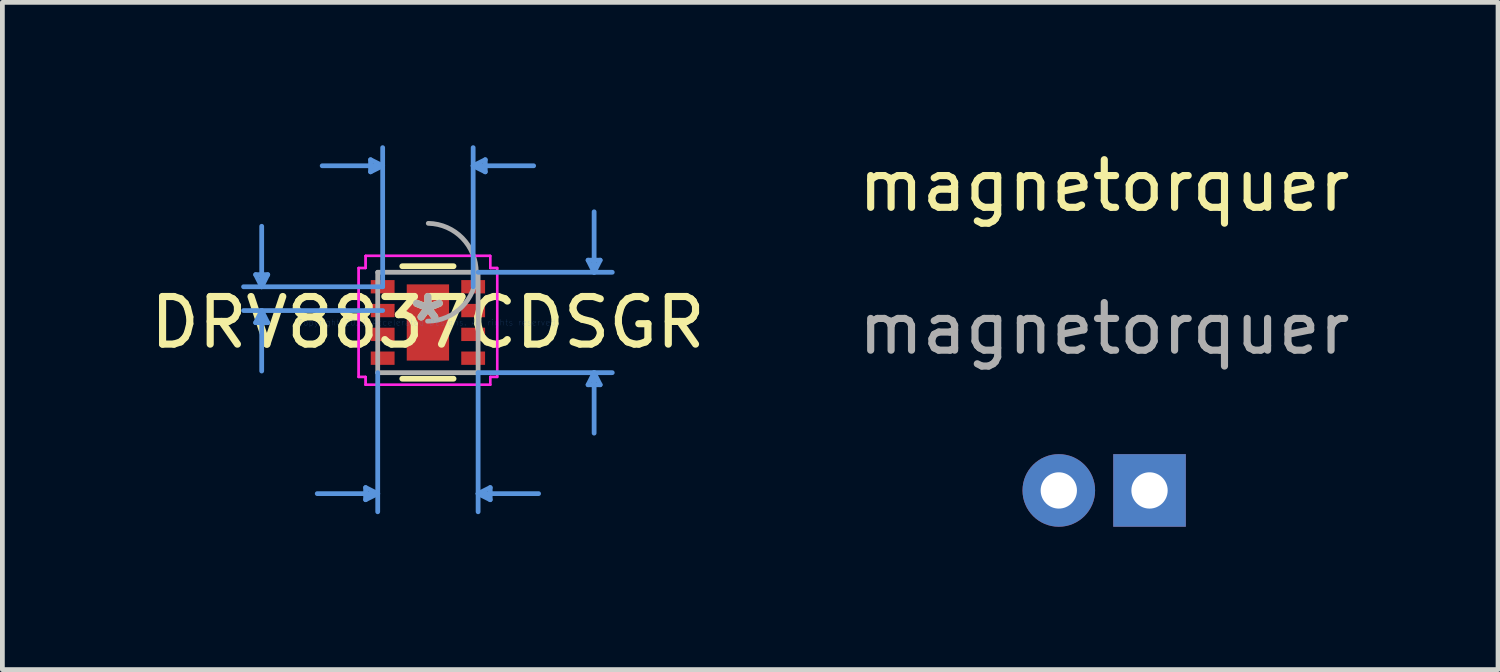
<source format=kicad_pcb>
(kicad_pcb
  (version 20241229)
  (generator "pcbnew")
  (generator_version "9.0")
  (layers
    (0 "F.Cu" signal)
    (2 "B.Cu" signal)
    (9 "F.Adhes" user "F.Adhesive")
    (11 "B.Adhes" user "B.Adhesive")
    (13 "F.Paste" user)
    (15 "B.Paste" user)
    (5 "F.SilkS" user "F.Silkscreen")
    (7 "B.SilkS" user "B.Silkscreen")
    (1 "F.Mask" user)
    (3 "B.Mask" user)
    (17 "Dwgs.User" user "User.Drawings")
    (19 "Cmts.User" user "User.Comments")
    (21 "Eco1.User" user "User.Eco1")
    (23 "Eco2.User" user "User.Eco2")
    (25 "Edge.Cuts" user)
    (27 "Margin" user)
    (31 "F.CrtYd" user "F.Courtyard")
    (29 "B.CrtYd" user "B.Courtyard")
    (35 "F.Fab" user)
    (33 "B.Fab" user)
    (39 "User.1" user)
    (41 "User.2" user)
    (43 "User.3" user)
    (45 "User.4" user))
  (footprint "magnetorquer"
    (layer "F.Cu")
    (at 20.137 1.348)
    (property "Reference" "magnetorquer" (at 0 -0.5 0) (unlocked yes) (layer "F.SilkS") (effects (font (size 1 1) (thickness 0.15))))
    (attr through_hole)
    (fp_text user "${REFERENCE}" (at 0 2.5 0) (unlocked yes) (layer "F.Fab") (effects (font (size 1 1) (thickness 0.15))))
    (pad "1" thru_hole circle (at -0.955 5.9) (size 1.524 1.524) (drill 0.762) (layers "*.Cu" "*.Mask"))
    (pad "2" thru_hole rect (at 0.95 5.9) (size 1.524 1.524) (drill 0.762) (layers "*.Cu" "*.Mask")))
  (footprint "DRV8837CDSGR"
    (layer "F.Cu")
    (at 5.935 3.721)
    (property "Reference" "DRV8837CDSGR" (at 0 0 0) (layer "F.SilkS") (effects (font (size 1 1) (thickness 0.15))))
    (attr through_hole)
    (fp_poly (pts (xy -0.508 -0.864) (xy -0.2 -0.864) (xy -0.2 0.864) (xy -0.508 0.864)) (stroke (width 0.1) (type solid)) (fill yes) (layer "F.Mask"))
    (fp_poly (pts (xy -0.508 -0.864) (xy 0.508 -0.864) (xy 0.508 -0.594) (xy -0.508 -0.594)) (stroke (width 0.1) (type solid)) (fill yes) (layer "F.Mask"))
    (fp_poly (pts (xy -0.508 -0.194) (xy 0.508 -0.194) (xy 0.508 0.194) (xy -0.508 0.194)) (stroke (width 0.1) (type solid)) (fill yes) (layer "F.Mask"))
    (fp_poly (pts (xy -0.508 0.594) (xy 0.508 0.594) (xy 0.508 0.864) (xy -0.508 0.864)) (stroke (width 0.1) (type solid)) (fill yes) (layer "F.Mask"))
    (fp_poly (pts (xy 0.2 -0.864) (xy 0.508 -0.864) (xy 0.508 0.864) (xy 0.2 0.864)) (stroke (width 0.1) (type solid)) (fill yes) (layer "F.Mask"))
    (fp_line (start -0.539 1.181) (end 0.539 1.181) (stroke (width 0.12) (type solid)) (layer "F.SilkS"))
    (fp_line (start 0.539 -1.181) (end -0.539 -1.181) (stroke (width 0.12) (type solid)) (layer "F.SilkS"))
    (fp_poly (pts (xy -0.37 -0.725) (xy -0.37 -0.494) (xy -0.241 -0.494) (xy -0.1 -0.635) (xy -0.1 -0.725)) (stroke (width 0.1) (type solid)) (fill yes) (layer "F.Paste"))
    (fp_poly (pts (xy -0.37 0.494) (xy -0.37 0.725) (xy -0.1 0.725) (xy -0.1 0.635) (xy -0.241 0.494)) (stroke (width 0.1) (type solid)) (fill yes) (layer "F.Paste"))
    (fp_poly (pts (xy 0.1 -0.725) (xy 0.1 -0.635) (xy 0.241 -0.494) (xy 0.37 -0.494) (xy 0.37 -0.725)) (stroke (width 0.1) (type solid)) (fill yes) (layer "F.Paste"))
    (fp_poly (pts (xy 0.241 0.494) (xy 0.1 0.635) (xy 0.1 0.725) (xy 0.37 0.725) (xy 0.37 0.494)) (stroke (width 0.1) (type solid)) (fill yes) (layer "F.Paste"))
    (fp_poly (pts (xy -0.37 -0.294) (xy -0.37 0.294) (xy -0.241 0.294) (xy -0.1 0.152) (xy -0.1 -0.152) (xy -0.241 -0.294)) (stroke (width 0.1) (type solid)) (fill yes) (layer "F.Paste"))
    (fp_poly (pts (xy 0.241 -0.294) (xy 0.1 -0.152) (xy 0.1 0.152) (xy 0.241 0.294) (xy 0.37 0.294) (xy 0.37 -0.294)) (stroke (width 0.1) (type solid)) (fill yes) (layer "F.Paste"))
    (fp_line (start -3.617 -1.004) (end -3.363 -1.004) (stroke (width 0.1) (type solid)) (layer "Cmts.User"))
    (fp_line (start -3.617 0.004) (end -3.363 0.004) (stroke (width 0.1) (type solid)) (layer "Cmts.User"))
    (fp_line (start -3.49 -0.75) (end -3.617 -1.004) (stroke (width 0.1) (type solid)) (layer "Cmts.User"))
    (fp_line (start -3.49 -0.75) (end -3.49 -2.02) (stroke (width 0.1) (type solid)) (layer "Cmts.User"))
    (fp_line (start -3.49 -0.75) (end -3.363 -1.004) (stroke (width 0.1) (type solid)) (layer "Cmts.User"))
    (fp_line (start -3.49 -0.25) (end -3.617 0.004) (stroke (width 0.1) (type solid)) (layer "Cmts.User"))
    (fp_line (start -3.49 -0.25) (end -3.49 1.02) (stroke (width 0.1) (type solid)) (layer "Cmts.User"))
    (fp_line (start -3.49 -0.25) (end -3.363 0.004) (stroke (width 0.1) (type solid)) (layer "Cmts.User"))
    (fp_line (start -1.308 3.467) (end -1.308 3.721) (stroke (width 0.1) (type solid)) (layer "Cmts.User"))
    (fp_line (start -1.204 -3.417) (end -1.204 -3.163) (stroke (width 0.1) (type solid)) (layer "Cmts.User"))
    (fp_line (start -1.054 1.054) (end -1.054 3.975) (stroke (width 0.1) (type solid)) (layer "Cmts.User"))
    (fp_line (start -1.054 3.594) (end -2.324 3.594) (stroke (width 0.1) (type solid)) (layer "Cmts.User"))
    (fp_line (start -1.054 3.594) (end -1.308 3.467) (stroke (width 0.1) (type solid)) (layer "Cmts.User"))
    (fp_line (start -1.054 3.594) (end -1.308 3.721) (stroke (width 0.1) (type solid)) (layer "Cmts.User"))
    (fp_line (start -0.95 -3.29) (end -2.22 -3.29) (stroke (width 0.1) (type solid)) (layer "Cmts.User"))
    (fp_line (start -0.95 -3.29) (end -1.204 -3.417) (stroke (width 0.1) (type solid)) (layer "Cmts.User"))
    (fp_line (start -0.95 -3.29) (end -1.204 -3.163) (stroke (width 0.1) (type solid)) (layer "Cmts.User"))
    (fp_line (start -0.95 -0.75) (end -3.871 -0.75) (stroke (width 0.1) (type solid)) (layer "Cmts.User"))
    (fp_line (start -0.95 -0.75) (end -0.95 -3.671) (stroke (width 0.1) (type solid)) (layer "Cmts.User"))
    (fp_line (start -0.95 -0.25) (end -3.871 -0.25) (stroke (width 0.1) (type solid)) (layer "Cmts.User"))
    (fp_line (start 0.95 -3.29) (end 1.204 -3.417) (stroke (width 0.1) (type solid)) (layer "Cmts.User"))
    (fp_line (start 0.95 -3.29) (end 1.204 -3.163) (stroke (width 0.1) (type solid)) (layer "Cmts.User"))
    (fp_line (start 0.95 -3.29) (end 2.22 -3.29) (stroke (width 0.1) (type solid)) (layer "Cmts.User"))
    (fp_line (start 0.95 -0.75) (end 0.95 -3.671) (stroke (width 0.1) (type solid)) (layer "Cmts.User"))
    (fp_line (start 1.054 -1.054) (end 3.871 -1.054) (stroke (width 0.1) (type solid)) (layer "Cmts.User"))
    (fp_line (start 1.054 1.054) (end 1.054 3.975) (stroke (width 0.1) (type solid)) (layer "Cmts.User"))
    (fp_line (start 1.054 1.054) (end 3.871 1.054) (stroke (width 0.1) (type solid)) (layer "Cmts.User"))
    (fp_line (start 1.054 3.594) (end 1.308 3.467) (stroke (width 0.1) (type solid)) (layer "Cmts.User"))
    (fp_line (start 1.054 3.594) (end 1.308 3.721) (stroke (width 0.1) (type solid)) (layer "Cmts.User"))
    (fp_line (start 1.054 3.594) (end 2.324 3.594) (stroke (width 0.1) (type solid)) (layer "Cmts.User"))
    (fp_line (start 1.204 -3.417) (end 1.204 -3.163) (stroke (width 0.1) (type solid)) (layer "Cmts.User"))
    (fp_line (start 1.308 3.467) (end 1.308 3.721) (stroke (width 0.1) (type solid)) (layer "Cmts.User"))
    (fp_line (start 3.363 -1.308) (end 3.617 -1.308) (stroke (width 0.1) (type solid)) (layer "Cmts.User"))
    (fp_line (start 3.363 1.308) (end 3.617 1.308) (stroke (width 0.1) (type solid)) (layer "Cmts.User"))
    (fp_line (start 3.49 -1.054) (end 3.363 -1.308) (stroke (width 0.1) (type solid)) (layer "Cmts.User"))
    (fp_line (start 3.49 -1.054) (end 3.49 -2.324) (stroke (width 0.1) (type solid)) (layer "Cmts.User"))
    (fp_line (start 3.49 -1.054) (end 3.617 -1.308) (stroke (width 0.1) (type solid)) (layer "Cmts.User"))
    (fp_line (start 3.49 1.054) (end 3.363 1.308) (stroke (width 0.1) (type solid)) (layer "Cmts.User"))
    (fp_line (start 3.49 1.054) (end 3.49 2.324) (stroke (width 0.1) (type solid)) (layer "Cmts.User"))
    (fp_line (start 3.49 1.054) (end 3.617 1.308) (stroke (width 0.1) (type solid)) (layer "Cmts.User"))
    (fp_circle (center 0 -0.394) (end 0.191 -0.394) (stroke (width 0.152) (type solid)) (fill no) (layer "Eco1.User"))
    (fp_circle (center 0 0.394) (end 0.191 0.394) (stroke (width 0.152) (type solid)) (fill no) (layer "Eco1.User"))
    (fp_line (start -1.454 -1.144) (end -1.308 -1.144) (stroke (width 0.05) (type solid)) (layer "F.CrtYd"))
    (fp_line (start -1.454 -1.144) (end -1.308 -1.144) (stroke (width 0.05) (type solid)) (layer "F.CrtYd"))
    (fp_line (start -1.454 1.144) (end -1.454 -1.144) (stroke (width 0.05) (type solid)) (layer "F.CrtYd"))
    (fp_line (start -1.454 1.144) (end -1.454 -1.144) (stroke (width 0.05) (type solid)) (layer "F.CrtYd"))
    (fp_line (start -1.454 1.144) (end -1.308 1.144) (stroke (width 0.05) (type solid)) (layer "F.CrtYd"))
    (fp_line (start -1.308 -1.398) (end 1.308 -1.398) (stroke (width 0.05) (type solid)) (layer "F.CrtYd"))
    (fp_line (start -1.308 -1.398) (end 1.308 -1.398) (stroke (width 0.05) (type solid)) (layer "F.CrtYd"))
    (fp_line (start -1.308 -1.144) (end -1.308 -1.398) (stroke (width 0.05) (type solid)) (layer "F.CrtYd"))
    (fp_line (start -1.308 -1.144) (end -1.308 -1.398) (stroke (width 0.05) (type solid)) (layer "F.CrtYd"))
    (fp_line (start -1.308 1.144) (end -1.454 1.144) (stroke (width 0.05) (type solid)) (layer "F.CrtYd"))
    (fp_line (start -1.308 1.308) (end -1.308 1.144) (stroke (width 0.05) (type solid)) (layer "F.CrtYd"))
    (fp_line (start -1.308 1.308) (end -1.308 1.144) (stroke (width 0.05) (type solid)) (layer "F.CrtYd"))
    (fp_line (start 1.308 -1.398) (end 1.308 -1.144) (stroke (width 0.05) (type solid)) (layer "F.CrtYd"))
    (fp_line (start 1.308 -1.398) (end 1.308 -1.144) (stroke (width 0.05) (type solid)) (layer "F.CrtYd"))
    (fp_line (start 1.308 -1.144) (end 1.454 -1.144) (stroke (width 0.05) (type solid)) (layer "F.CrtYd"))
    (fp_line (start 1.308 1.144) (end 1.308 1.308) (stroke (width 0.05) (type solid)) (layer "F.CrtYd"))
    (fp_line (start 1.308 1.144) (end 1.308 1.308) (stroke (width 0.05) (type solid)) (layer "F.CrtYd"))
    (fp_line (start 1.308 1.308) (end -1.308 1.308) (stroke (width 0.05) (type solid)) (layer "F.CrtYd"))
    (fp_line (start 1.308 1.308) (end -1.308 1.308) (stroke (width 0.05) (type solid)) (layer "F.CrtYd"))
    (fp_line (start 1.454 -1.144) (end 1.308 -1.144) (stroke (width 0.05) (type solid)) (layer "F.CrtYd"))
    (fp_line (start 1.454 -1.144) (end 1.454 1.144) (stroke (width 0.05) (type solid)) (layer "F.CrtYd"))
    (fp_line (start 1.454 -1.144) (end 1.454 1.144) (stroke (width 0.05) (type solid)) (layer "F.CrtYd"))
    (fp_line (start 1.454 1.144) (end 1.308 1.144) (stroke (width 0.05) (type solid)) (layer "F.CrtYd"))
    (fp_line (start 1.454 1.144) (end 1.308 1.144) (stroke (width 0.05) (type solid)) (layer "F.CrtYd"))
    (fp_line (start -1.054 -1.054) (end -1.054 1.054) (stroke (width 0.1) (type solid)) (layer "F.Fab"))
    (fp_line (start -1.054 1.054) (end 1.054 1.054) (stroke (width 0.1) (type solid)) (layer "F.Fab"))
    (fp_line (start 1.054 -1.054) (end -1.054 -1.054) (stroke (width 0.1) (type solid)) (layer "F.Fab"))
    (fp_line (start 1.054 1.054) (end 1.054 -1.054) (stroke (width 0.1) (type solid)) (layer "F.Fab"))
    (fp_arc (start 0.007742 -2.081426) (mid 1.027326 -1.046358) (end -0.007742 -0.026774) (stroke (width 0.1) (type solid)) (layer "F.Fab"))
    (fp_text user "*" (at 0 0 0) (layer "F.SilkS") (effects (font (size 1 1) (thickness 0.15))))
    (fp_text user "Copyright 2021 Accelerated Designs. All rights reserved." (at 0 0 0) (layer "Cmts.User") (effects (font (size 0.127 0.127) (thickness 0.002))))
    (fp_text user "*" (at 0 0 0) (layer "F.Fab") (effects (font (size 1 1) (thickness 0.15))))
    (pad "1" smd rect (at -0.95 -0.75) (size 0.5 0.28) (layers "F.Cu" "F.Mask" "F.Paste"))
    (pad "2" smd rect (at -0.95 -0.25) (size 0.5 0.28) (layers "F.Cu" "F.Mask" "F.Paste"))
    (pad "3" smd rect (at -0.95 0.25) (size 0.5 0.28) (layers "F.Cu" "F.Mask" "F.Paste"))
    (pad "4" smd rect (at -0.95 0.75) (size 0.5 0.28) (layers "F.Cu" "F.Mask" "F.Paste"))
    (pad "5" smd rect (at 0.95 0.75) (size 0.5 0.28) (layers "F.Cu" "F.Mask" "F.Paste"))
    (pad "6" smd rect (at 0.95 0.25) (size 0.5 0.28) (layers "F.Cu" "F.Mask" "F.Paste"))
    (pad "7" smd rect (at 0.95 -0.25) (size 0.5 0.28) (layers "F.Cu" "F.Mask" "F.Paste"))
    (pad "8" smd rect (at 0.95 -0.75) (size 0.5 0.28) (layers "F.Cu" "F.Mask" "F.Paste"))
    (pad "9" smd rect (at 0 0) (size 0.889 1.6) (layers "F.Cu")))
  (gr_rect
    (start -3 -3)
    (end 28.405 11.01)
    (stroke (width 0.1) (type default))
    (fill no)
    (layer "Edge.Cuts")))
</source>
